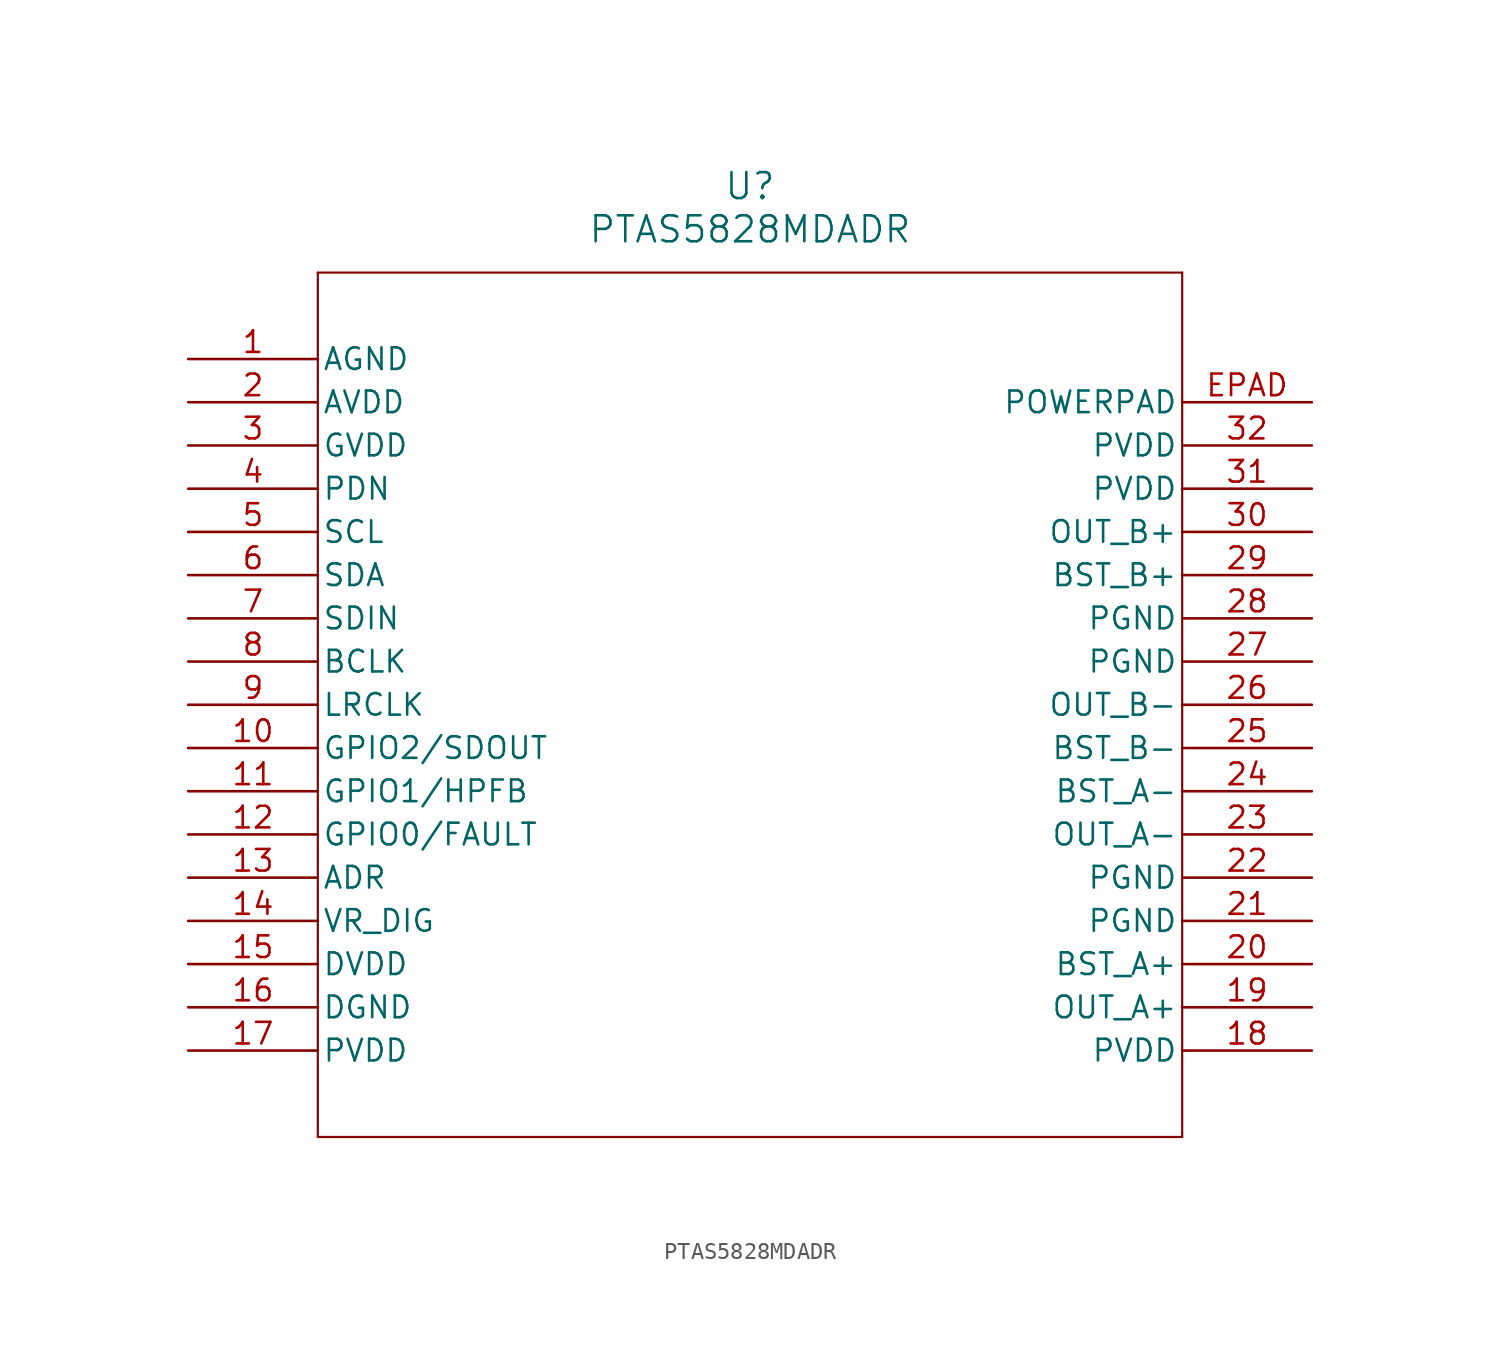
<source format=kicad_sym>
(kicad_symbol_lib
  (version 20231120)
  (generator "kicad_symbol_editor")
  (generator_version "8.0")
  (symbol "PTAS5828MDADR"
    (pin_names
      (offset 0.254))
    (property "Reference" "U"
      (at 33.02 10.16 0)
      (effects (font (size 1.524 1.524))))
    (property "Value" "PTAS5828MDADR"
      (at 33.02 7.62 0)
      (effects (font (size 1.524 1.524))))
    (property "ki_locked" ""
      (at 0 0 0)
      (effects (font (size 1.27 1.27))))
    (symbol "PTAS5828MDADR_0_1"
      (polyline (pts (xy 7.62 -45.72) (xy 58.42 -45.72)) (stroke (width 0.127) (type default)) (fill (type none)))
      (polyline (pts (xy 7.62 5.08) (xy 7.62 -45.72)) (stroke (width 0.127) (type default)) (fill (type none)))
      (polyline (pts (xy 58.42 -45.72) (xy 58.42 5.08)) (stroke (width 0.127) (type default)) (fill (type none)))
      (polyline (pts (xy 58.42 5.08) (xy 7.62 5.08)) (stroke (width 0.127) (type default)) (fill (type none)))
      (pin power_out line (at 0 0 0) (length 7.62) (name "AGND" (effects (font (size 1.27 1.27)))) (number "1" (effects (font (size 1.27 1.27)))))
      (pin bidirectional line (at 0 -22.86 0) (length 7.62) (name "GPIO2/SDOUT" (effects (font (size 1.27 1.27)))) (number "10" (effects (font (size 1.27 1.27)))))
      (pin bidirectional line (at 0 -25.4 0) (length 7.62) (name "GPIO1/HPFB" (effects (font (size 1.27 1.27)))) (number "11" (effects (font (size 1.27 1.27)))))
      (pin bidirectional line (at 0 -27.94 0) (length 7.62) (name "GPIO0/FAULT" (effects (font (size 1.27 1.27)))) (number "12" (effects (font (size 1.27 1.27)))))
      (pin power_out line (at 0 -30.48 0) (length 7.62) (name "ADR" (effects (font (size 1.27 1.27)))) (number "13" (effects (font (size 1.27 1.27)))))
      (pin power_in line (at 0 -33.02 0) (length 7.62) (name "VR_DIG" (effects (font (size 1.27 1.27)))) (number "14" (effects (font (size 1.27 1.27)))))
      (pin power_in line (at 0 -35.56 0) (length 7.62) (name "DVDD" (effects (font (size 1.27 1.27)))) (number "15" (effects (font (size 1.27 1.27)))))
      (pin power_out line (at 0 -38.1 0) (length 7.62) (name "DGND" (effects (font (size 1.27 1.27)))) (number "16" (effects (font (size 1.27 1.27)))))
      (pin power_in line (at 0 -40.64 0) (length 7.62) (name "PVDD" (effects (font (size 1.27 1.27)))) (number "17" (effects (font (size 1.27 1.27)))))
      (pin power_in line (at 66.04 -40.64 180) (length 7.62) (name "PVDD" (effects (font (size 1.27 1.27)))) (number "18" (effects (font (size 1.27 1.27)))))
      (pin output line (at 66.04 -38.1 180) (length 7.62) (name "OUT_A+" (effects (font (size 1.27 1.27)))) (number "19" (effects (font (size 1.27 1.27)))))
      (pin power_in line (at 0 -2.54 0) (length 7.62) (name "AVDD" (effects (font (size 1.27 1.27)))) (number "2" (effects (font (size 1.27 1.27)))))
      (pin power_in line (at 66.04 -35.56 180) (length 7.62) (name "BST_A+" (effects (font (size 1.27 1.27)))) (number "20" (effects (font (size 1.27 1.27)))))
      (pin power_out line (at 66.04 -33.02 180) (length 7.62) (name "PGND" (effects (font (size 1.27 1.27)))) (number "21" (effects (font (size 1.27 1.27)))))
      (pin power_out line (at 66.04 -30.48 180) (length 7.62) (name "PGND" (effects (font (size 1.27 1.27)))) (number "22" (effects (font (size 1.27 1.27)))))
      (pin output line (at 66.04 -27.94 180) (length 7.62) (name "OUT_A-" (effects (font (size 1.27 1.27)))) (number "23" (effects (font (size 1.27 1.27)))))
      (pin power_in line (at 66.04 -25.4 180) (length 7.62) (name "BST_A-" (effects (font (size 1.27 1.27)))) (number "24" (effects (font (size 1.27 1.27)))))
      (pin power_in line (at 66.04 -22.86 180) (length 7.62) (name "BST_B-" (effects (font (size 1.27 1.27)))) (number "25" (effects (font (size 1.27 1.27)))))
      (pin output line (at 66.04 -20.32 180) (length 7.62) (name "OUT_B-" (effects (font (size 1.27 1.27)))) (number "26" (effects (font (size 1.27 1.27)))))
      (pin power_out line (at 66.04 -17.78 180) (length 7.62) (name "PGND" (effects (font (size 1.27 1.27)))) (number "27" (effects (font (size 1.27 1.27)))))
      (pin power_out line (at 66.04 -15.24 180) (length 7.62) (name "PGND" (effects (font (size 1.27 1.27)))) (number "28" (effects (font (size 1.27 1.27)))))
      (pin power_in line (at 66.04 -12.7 180) (length 7.62) (name "BST_B+" (effects (font (size 1.27 1.27)))) (number "29" (effects (font (size 1.27 1.27)))))
      (pin power_in line (at 0 -5.08 0) (length 7.62) (name "GVDD" (effects (font (size 1.27 1.27)))) (number "3" (effects (font (size 1.27 1.27)))))
      (pin output line (at 66.04 -10.16 180) (length 7.62) (name "OUT_B+" (effects (font (size 1.27 1.27)))) (number "30" (effects (font (size 1.27 1.27)))))
      (pin power_in line (at 66.04 -7.62 180) (length 7.62) (name "PVDD" (effects (font (size 1.27 1.27)))) (number "31" (effects (font (size 1.27 1.27)))))
      (pin power_in line (at 66.04 -5.08 180) (length 7.62) (name "PVDD" (effects (font (size 1.27 1.27)))) (number "32" (effects (font (size 1.27 1.27)))))
      (pin input line (at 0 -7.62 0) (length 7.62) (name "PDN" (effects (font (size 1.27 1.27)))) (number "4" (effects (font (size 1.27 1.27)))))
      (pin input line (at 0 -10.16 0) (length 7.62) (name "SCL" (effects (font (size 1.27 1.27)))) (number "5" (effects (font (size 1.27 1.27)))))
      (pin bidirectional line (at 0 -12.7 0) (length 7.62) (name "SDA" (effects (font (size 1.27 1.27)))) (number "6" (effects (font (size 1.27 1.27)))))
      (pin input line (at 0 -15.24 0) (length 7.62) (name "SDIN" (effects (font (size 1.27 1.27)))) (number "7" (effects (font (size 1.27 1.27)))))
      (pin input line (at 0 -17.78 0) (length 7.62) (name "BCLK" (effects (font (size 1.27 1.27)))) (number "8" (effects (font (size 1.27 1.27)))))
      (pin input line (at 0 -20.32 0) (length 7.62) (name "LRCLK" (effects (font (size 1.27 1.27)))) (number "9" (effects (font (size 1.27 1.27))))))
    (symbol "PTAS5828MDADR_1_1"
      (pin power_out line (at 66.04 -2.54 180) (length 7.62) (name "POWERPAD" (effects (font (size 1.27 1.27)))) (number "EPAD" (effects (font (size 1.27 1.27))))))))
</source>
